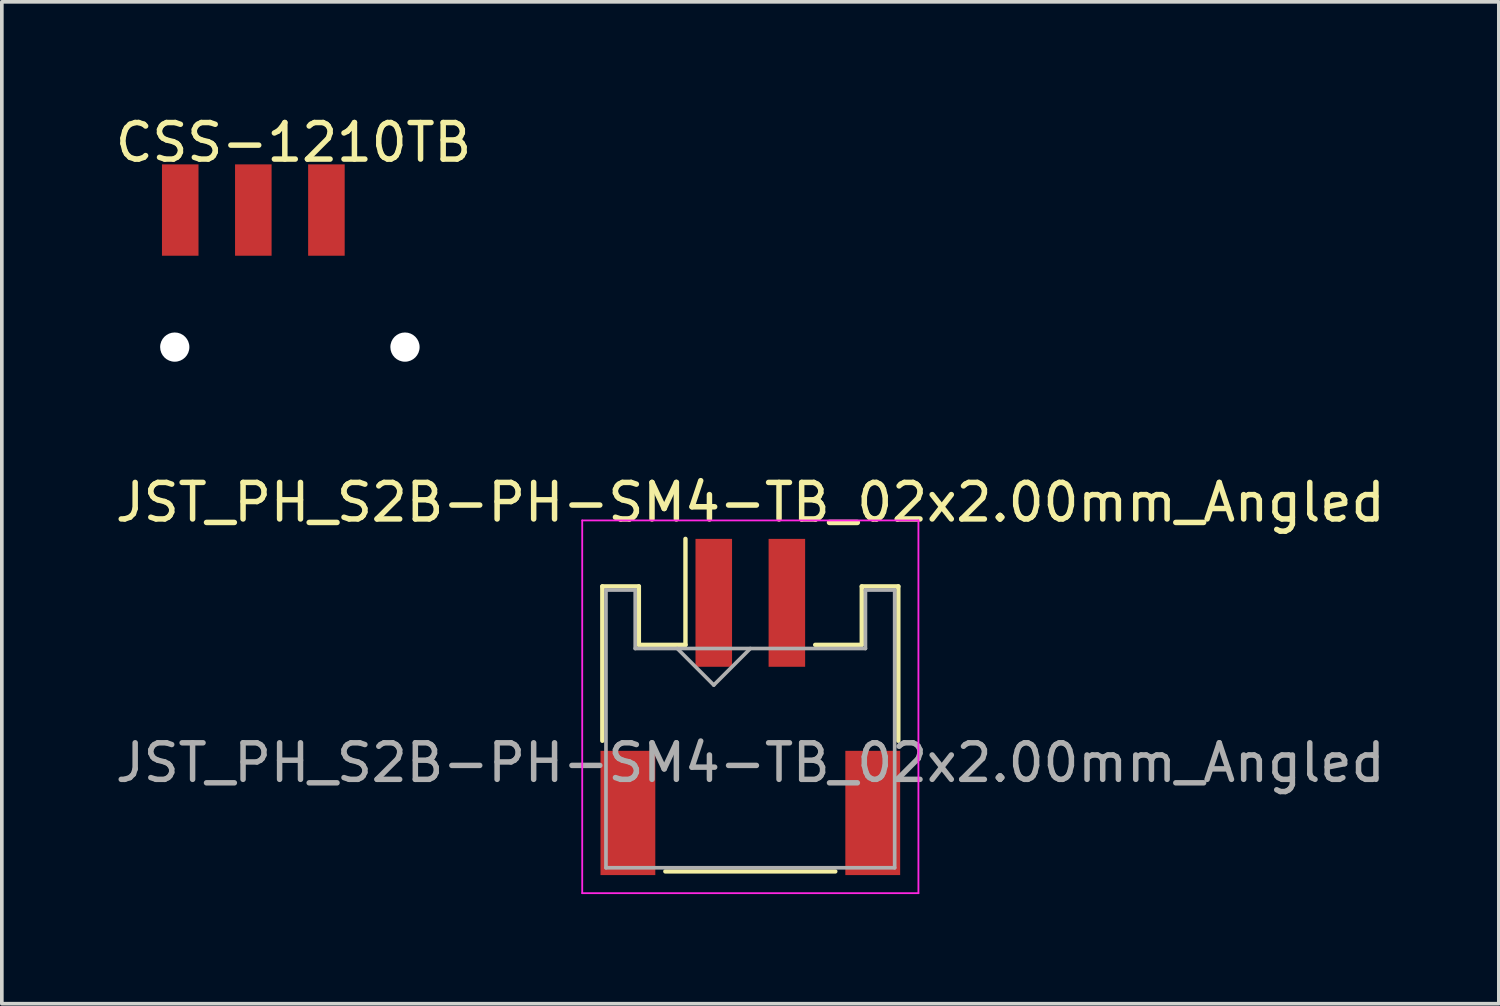
<source format=kicad_pcb>
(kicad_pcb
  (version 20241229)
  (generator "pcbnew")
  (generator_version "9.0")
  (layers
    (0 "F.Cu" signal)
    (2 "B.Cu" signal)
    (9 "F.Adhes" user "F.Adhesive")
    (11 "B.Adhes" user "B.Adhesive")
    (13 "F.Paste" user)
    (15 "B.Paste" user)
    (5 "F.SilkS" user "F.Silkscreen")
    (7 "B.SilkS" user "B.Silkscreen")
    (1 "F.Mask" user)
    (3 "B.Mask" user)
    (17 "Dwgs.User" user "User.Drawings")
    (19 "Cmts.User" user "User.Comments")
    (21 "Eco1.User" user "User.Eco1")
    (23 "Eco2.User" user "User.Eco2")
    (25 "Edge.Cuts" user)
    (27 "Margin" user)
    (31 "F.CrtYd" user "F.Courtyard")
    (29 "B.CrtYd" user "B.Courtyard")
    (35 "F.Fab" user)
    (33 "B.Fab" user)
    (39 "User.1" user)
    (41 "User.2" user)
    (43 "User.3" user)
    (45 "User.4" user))
  (footprint "CSS-1210TB"
    (layer "F.Cu")
    (at 4.882 3.948)
    (property "Reference" "CSS-1210TB" (at 0.1 -3.1 0) (layer "F.SilkS") (effects (font (size 1 1) (thickness 0.15))))
    (attr through_hole)
    (pad "" np_thru_hole circle (at -3.15 2.5) (size 0.8 0.8) (drill 0.8) (layers "*.Cu" "*.Mask"))
    (pad "" np_thru_hole circle (at 3.15 2.5) (size 0.8 0.8) (drill 0.8) (layers "*.Cu" "*.Mask"))
    (pad "1" smd rect (at -3 -1.25) (size 1 2.5) (layers "F.Cu" "F.Mask" "F.Paste"))
    (pad "2" smd rect (at 1 -1.25) (size 1 2.5) (layers "F.Cu" "F.Mask" "F.Paste"))
    (pad "3" smd rect (at -1 -1.25) (size 1 2.5) (layers "F.Cu" "F.Mask" "F.Paste")))
  (footprint "JST_PH_S2B-PH-SM4-TB_02x2.00mm_Angled"
    (layer "F.Cu")
    (at 13.482 13.021)
    (property "Reference" "JST_PH_S2B-PH-SM4-TB_02x2.00mm_Angled" (at 4 -2.325 0) (layer "F.SilkS") (effects (font (size 1 1) (thickness 0.15))))
    (attr smd)
    (fp_line (start -0.05 -0.025) (end -0.05 4.2) (stroke (width 0.12) (type solid)) (layer "F.SilkS"))
    (fp_line (start 0.95 -0.025) (end -0.05 -0.025) (stroke (width 0.12) (type solid)) (layer "F.SilkS"))
    (fp_line (start 0.95 1.575) (end 0.95 -0.025) (stroke (width 0.12) (type solid)) (layer "F.SilkS"))
    (fp_line (start 1.675 7.775) (end 6.325 7.775) (stroke (width 0.12) (type solid)) (layer "F.SilkS"))
    (fp_line (start 2.225 1.575) (end 0.95 1.575) (stroke (width 0.12) (type solid)) (layer "F.SilkS"))
    (fp_line (start 2.225 1.575) (end 2.225 -1.325) (stroke (width 0.12) (type solid)) (layer "F.SilkS"))
    (fp_line (start 7.05 -0.025) (end 7.05 1.575) (stroke (width 0.12) (type solid)) (layer "F.SilkS"))
    (fp_line (start 7.05 1.575) (end 5.775 1.575) (stroke (width 0.12) (type solid)) (layer "F.SilkS"))
    (fp_line (start 8.05 -0.025) (end 7.05 -0.025) (stroke (width 0.12) (type solid)) (layer "F.SilkS"))
    (fp_line (start 8.05 4.2) (end 8.05 -0.025) (stroke (width 0.12) (type solid)) (layer "F.SilkS"))
    (fp_line (start -0.6 -1.83) (end -0.6 8.37) (stroke (width 0.05) (type solid)) (layer "F.CrtYd"))
    (fp_line (start -0.6 8.37) (end 8.6 8.37) (stroke (width 0.05) (type solid)) (layer "F.CrtYd"))
    (fp_line (start 8.6 -1.83) (end -0.6 -1.83) (stroke (width 0.05) (type solid)) (layer "F.CrtYd"))
    (fp_line (start 8.6 8.37) (end 8.6 -1.83) (stroke (width 0.05) (type solid)) (layer "F.CrtYd"))
    (fp_line (start 0.05 0.075) (end 0.05 7.675) (stroke (width 0.1) (type solid)) (layer "F.Fab"))
    (fp_line (start 0.05 7.675) (end 7.95 7.675) (stroke (width 0.1) (type solid)) (layer "F.Fab"))
    (fp_line (start 0.85 0.075) (end 0.05 0.075) (stroke (width 0.1) (type solid)) (layer "F.Fab"))
    (fp_line (start 0.85 1.675) (end 0.85 0.075) (stroke (width 0.1) (type solid)) (layer "F.Fab"))
    (fp_line (start 2 1.675) (end 3 2.675) (stroke (width 0.1) (type solid)) (layer "F.Fab"))
    (fp_line (start 3 2.675) (end 4 1.675) (stroke (width 0.1) (type solid)) (layer "F.Fab"))
    (fp_line (start 7.15 0.075) (end 7.15 1.675) (stroke (width 0.1) (type solid)) (layer "F.Fab"))
    (fp_line (start 7.15 1.675) (end 0.85 1.675) (stroke (width 0.1) (type solid)) (layer "F.Fab"))
    (fp_line (start 7.95 0.075) (end 7.15 0.075) (stroke (width 0.1) (type solid)) (layer "F.Fab"))
    (fp_line (start 7.95 7.675) (end 7.95 0.075) (stroke (width 0.1) (type solid)) (layer "F.Fab"))
    (fp_text user "${REFERENCE}" (at 4 4.8 0) (layer "F.Fab") (effects (font (size 1 1) (thickness 0.15))))
    (pad "" smd rect (at 0.65 6.175) (size 1.5 3.4) (layers "F.Cu" "F.Mask" "F.Paste"))
    (pad "" smd rect (at 7.35 6.175) (size 1.5 3.4) (layers "F.Cu" "F.Mask" "F.Paste"))
    (pad "1" smd rect (at 3 0.425) (size 1 3.5) (layers "F.Cu" "F.Mask" "F.Paste"))
    (pad "2" smd rect (at 5 0.425) (size 1 3.5) (layers "F.Cu" "F.Mask" "F.Paste")))
  (gr_rect
    (start -3 -3)
    (end 37.964 24.416)
    (stroke (width 0.1) (type default))
    (fill no)
    (layer "Edge.Cuts")))
</source>
